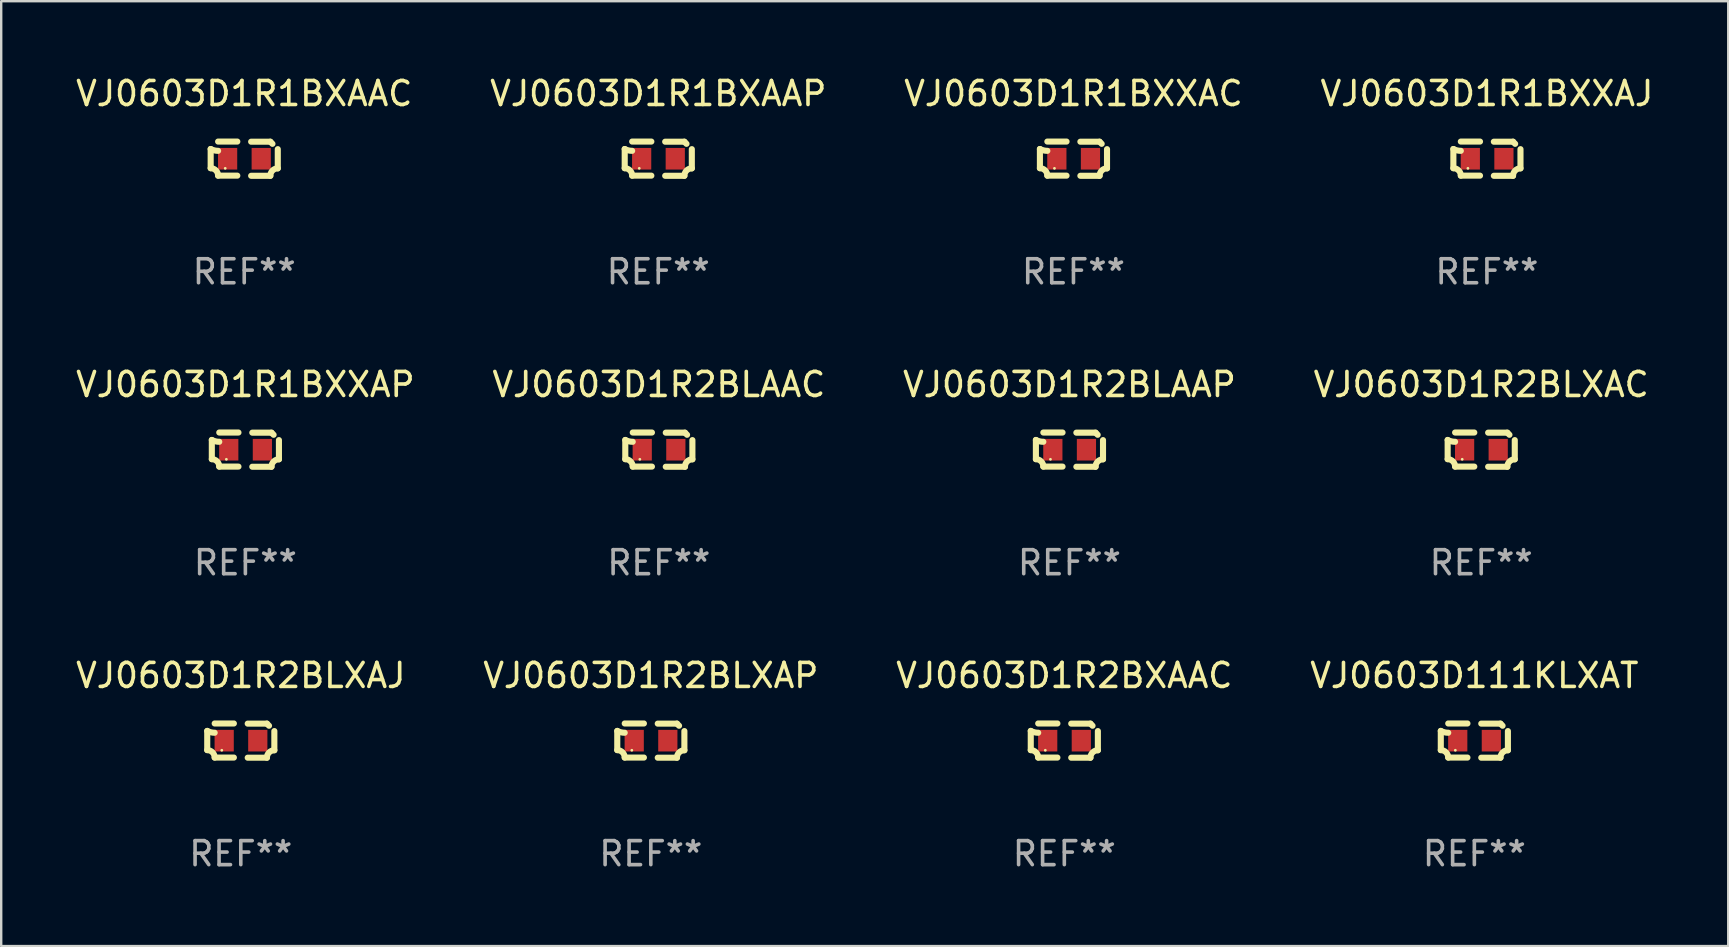
<source format=kicad_pcb>
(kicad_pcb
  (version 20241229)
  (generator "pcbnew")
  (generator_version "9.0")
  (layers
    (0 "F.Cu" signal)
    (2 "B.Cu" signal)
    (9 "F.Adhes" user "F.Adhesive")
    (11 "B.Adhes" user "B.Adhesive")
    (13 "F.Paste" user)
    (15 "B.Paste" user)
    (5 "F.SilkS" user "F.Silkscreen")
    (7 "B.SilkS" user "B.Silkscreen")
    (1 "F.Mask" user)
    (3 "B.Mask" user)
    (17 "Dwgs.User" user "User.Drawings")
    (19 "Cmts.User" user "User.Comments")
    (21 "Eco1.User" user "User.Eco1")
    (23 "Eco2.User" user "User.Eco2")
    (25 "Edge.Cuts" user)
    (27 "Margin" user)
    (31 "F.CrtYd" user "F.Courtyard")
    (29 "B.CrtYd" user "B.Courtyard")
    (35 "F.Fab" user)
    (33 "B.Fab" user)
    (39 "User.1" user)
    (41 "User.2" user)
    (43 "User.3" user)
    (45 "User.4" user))
  (footprint "VJ0603D1R2BLXAJ"
    (layer "F.Cu")
    (at 6.982 27.805)
    (property "Reference" "VJ0603D1R2BLXAJ" (at 0 -2.713 0) (layer "F.SilkS") (effects (font (size 1 1) (thickness 0.15))))
    (attr through_hole)
    (fp_line (start -1.398 -0.403) (end -1.398 0.397) (stroke (width 0.254) (type solid)) (layer "F.SilkS"))
    (fp_line (start -0.288 -0.713) (end -1.088 -0.713) (stroke (width 0.254) (type solid)) (layer "F.SilkS"))
    (fp_line (start -0.288 0.707) (end -1.088 0.707) (stroke (width 0.254) (type solid)) (layer "F.SilkS"))
    (fp_line (start 0.288 -0.707) (end 1.088 -0.707) (stroke (width 0.254) (type solid)) (layer "F.SilkS"))
    (fp_line (start 0.288 0.713) (end 1.088 0.713) (stroke (width 0.254) (type solid)) (layer "F.SilkS"))
    (fp_line (start 1.398 -0.397) (end 1.398 0.403) (stroke (width 0.254) (type solid)) (layer "F.SilkS"))
    (fp_arc (start -1.397789 0.397066) (mid -1.178701 0.487826) (end -1.08796 0.706922) (stroke (width 0.254001) (type solid)) (layer "F.SilkS"))
    (fp_arc (start -1.08796 -0.327176) (mid -1.247436 -0.346384) (end -1.39779 -0.402908) (stroke (width 0.254001) (type solid)) (layer "F.SilkS"))
    (fp_arc (start 1.087909 0.712738) (mid 1.178656 0.493655) (end 1.397739 0.402908) (stroke (width 0.254001) (type solid)) (layer "F.SilkS"))
    (fp_arc (start 1.175925 -0.618926) (mid 1.131917 -0.662923) (end 1.08791 -0.706922) (stroke (width 0.254001) (type solid)) (layer "F.SilkS"))
    (fp_circle (center -0.792 0.403) (end -0.762 0.403) (stroke (width 0.06) (type solid)) (fill no) (layer "F.SilkS"))
    (fp_text user "REF**" (at 0 4.713 0) (layer "F.Fab") (effects (font (size 1 1) (thickness 0.15))))
    (pad "1" smd rect (at -0.692 0.003) (size 0.8 0.9) (layers "F.Cu" "F.Mask" "F.Paste"))
    (pad "2" smd rect (at 0.708 0.003) (size 0.8 0.9) (layers "F.Cu" "F.Mask" "F.Paste")))
  (footprint "VJ0603D1R1BXXAP"
    (layer "F.Cu")
    (at 7.173 15.683)
    (property "Reference" "VJ0603D1R1BXXAP" (at 0 -2.713 0) (layer "F.SilkS") (effects (font (size 1 1) (thickness 0.15))))
    (attr through_hole)
    (fp_line (start -1.398 -0.403) (end -1.398 0.397) (stroke (width 0.254) (type solid)) (layer "F.SilkS"))
    (fp_line (start -0.288 -0.713) (end -1.088 -0.713) (stroke (width 0.254) (type solid)) (layer "F.SilkS"))
    (fp_line (start -0.288 0.707) (end -1.088 0.707) (stroke (width 0.254) (type solid)) (layer "F.SilkS"))
    (fp_line (start 0.288 -0.707) (end 1.088 -0.707) (stroke (width 0.254) (type solid)) (layer "F.SilkS"))
    (fp_line (start 0.288 0.713) (end 1.088 0.713) (stroke (width 0.254) (type solid)) (layer "F.SilkS"))
    (fp_line (start 1.398 -0.397) (end 1.398 0.403) (stroke (width 0.254) (type solid)) (layer "F.SilkS"))
    (fp_arc (start -1.397789 0.397066) (mid -1.178701 0.487826) (end -1.08796 0.706922) (stroke (width 0.254001) (type solid)) (layer "F.SilkS"))
    (fp_arc (start -1.08796 -0.327176) (mid -1.247436 -0.346384) (end -1.39779 -0.402908) (stroke (width 0.254001) (type solid)) (layer "F.SilkS"))
    (fp_arc (start 1.087909 0.712738) (mid 1.178656 0.493655) (end 1.397739 0.402908) (stroke (width 0.254001) (type solid)) (layer "F.SilkS"))
    (fp_arc (start 1.175925 -0.618926) (mid 1.131917 -0.662923) (end 1.08791 -0.706922) (stroke (width 0.254001) (type solid)) (layer "F.SilkS"))
    (fp_circle (center -0.792 0.403) (end -0.762 0.403) (stroke (width 0.06) (type solid)) (fill no) (layer "F.SilkS"))
    (fp_text user "REF**" (at 0 4.713 0) (layer "F.Fab") (effects (font (size 1 1) (thickness 0.15))))
    (pad "1" smd rect (at -0.692 0.003) (size 0.8 0.9) (layers "F.Cu" "F.Mask" "F.Paste"))
    (pad "2" smd rect (at 0.708 0.003) (size 0.8 0.9) (layers "F.Cu" "F.Mask" "F.Paste")))
  (footprint "VJ0603D1R1BXAAP"
    (layer "F.Cu")
    (at 24.375 3.561)
    (property "Reference" "VJ0603D1R1BXAAP" (at 0 -2.713 0) (layer "F.SilkS") (effects (font (size 1 1) (thickness 0.15))))
    (attr through_hole)
    (fp_line (start -1.398 -0.403) (end -1.398 0.397) (stroke (width 0.254) (type solid)) (layer "F.SilkS"))
    (fp_line (start -0.288 -0.713) (end -1.088 -0.713) (stroke (width 0.254) (type solid)) (layer "F.SilkS"))
    (fp_line (start -0.288 0.707) (end -1.088 0.707) (stroke (width 0.254) (type solid)) (layer "F.SilkS"))
    (fp_line (start 0.288 -0.707) (end 1.088 -0.707) (stroke (width 0.254) (type solid)) (layer "F.SilkS"))
    (fp_line (start 0.288 0.713) (end 1.088 0.713) (stroke (width 0.254) (type solid)) (layer "F.SilkS"))
    (fp_line (start 1.398 -0.397) (end 1.398 0.403) (stroke (width 0.254) (type solid)) (layer "F.SilkS"))
    (fp_arc (start -1.397789 0.397066) (mid -1.178701 0.487826) (end -1.08796 0.706922) (stroke (width 0.254001) (type solid)) (layer "F.SilkS"))
    (fp_arc (start -1.08796 -0.327176) (mid -1.247436 -0.346384) (end -1.39779 -0.402908) (stroke (width 0.254001) (type solid)) (layer "F.SilkS"))
    (fp_arc (start 1.087909 0.712738) (mid 1.178656 0.493655) (end 1.397739 0.402908) (stroke (width 0.254001) (type solid)) (layer "F.SilkS"))
    (fp_arc (start 1.175925 -0.618926) (mid 1.131917 -0.662923) (end 1.08791 -0.706922) (stroke (width 0.254001) (type solid)) (layer "F.SilkS"))
    (fp_circle (center -0.792 0.403) (end -0.762 0.403) (stroke (width 0.06) (type solid)) (fill no) (layer "F.SilkS"))
    (fp_text user "REF**" (at 0 4.713 0) (layer "F.Fab") (effects (font (size 1 1) (thickness 0.15))))
    (pad "1" smd rect (at -0.692 0.003) (size 0.8 0.9) (layers "F.Cu" "F.Mask" "F.Paste"))
    (pad "2" smd rect (at 0.708 0.003) (size 0.8 0.9) (layers "F.Cu" "F.Mask" "F.Paste")))
  (footprint "VJ0603D1R2BXAAC"
    (layer "F.Cu")
    (at 41.292 27.805)
    (property "Reference" "VJ0603D1R2BXAAC" (at 0 -2.713 0) (layer "F.SilkS") (effects (font (size 1 1) (thickness 0.15))))
    (attr through_hole)
    (fp_line (start -1.398 -0.403) (end -1.398 0.397) (stroke (width 0.254) (type solid)) (layer "F.SilkS"))
    (fp_line (start -0.288 -0.713) (end -1.088 -0.713) (stroke (width 0.254) (type solid)) (layer "F.SilkS"))
    (fp_line (start -0.288 0.707) (end -1.088 0.707) (stroke (width 0.254) (type solid)) (layer "F.SilkS"))
    (fp_line (start 0.288 -0.707) (end 1.088 -0.707) (stroke (width 0.254) (type solid)) (layer "F.SilkS"))
    (fp_line (start 0.288 0.713) (end 1.088 0.713) (stroke (width 0.254) (type solid)) (layer "F.SilkS"))
    (fp_line (start 1.398 -0.397) (end 1.398 0.403) (stroke (width 0.254) (type solid)) (layer "F.SilkS"))
    (fp_arc (start -1.397789 0.397066) (mid -1.178701 0.487826) (end -1.08796 0.706922) (stroke (width 0.254001) (type solid)) (layer "F.SilkS"))
    (fp_arc (start -1.08796 -0.327176) (mid -1.247436 -0.346384) (end -1.39779 -0.402908) (stroke (width 0.254001) (type solid)) (layer "F.SilkS"))
    (fp_arc (start 1.087909 0.712738) (mid 1.178656 0.493655) (end 1.397739 0.402908) (stroke (width 0.254001) (type solid)) (layer "F.SilkS"))
    (fp_arc (start 1.175925 -0.618926) (mid 1.131917 -0.662923) (end 1.08791 -0.706922) (stroke (width 0.254001) (type solid)) (layer "F.SilkS"))
    (fp_circle (center -0.792 0.403) (end -0.762 0.403) (stroke (width 0.06) (type solid)) (fill no) (layer "F.SilkS"))
    (fp_text user "REF**" (at 0 4.713 0) (layer "F.Fab") (effects (font (size 1 1) (thickness 0.15))))
    (pad "1" smd rect (at -0.692 0.003) (size 0.8 0.9) (layers "F.Cu" "F.Mask" "F.Paste"))
    (pad "2" smd rect (at 0.708 0.003) (size 0.8 0.9) (layers "F.Cu" "F.Mask" "F.Paste")))
  (footprint "VJ0603D1R1BXAAC"
    (layer "F.Cu")
    (at 7.125 3.561)
    (property "Reference" "VJ0603D1R1BXAAC" (at 0 -2.713 0) (layer "F.SilkS") (effects (font (size 1 1) (thickness 0.15))))
    (attr through_hole)
    (fp_line (start -1.398 -0.403) (end -1.398 0.397) (stroke (width 0.254) (type solid)) (layer "F.SilkS"))
    (fp_line (start -0.288 -0.713) (end -1.088 -0.713) (stroke (width 0.254) (type solid)) (layer "F.SilkS"))
    (fp_line (start -0.288 0.707) (end -1.088 0.707) (stroke (width 0.254) (type solid)) (layer "F.SilkS"))
    (fp_line (start 0.288 -0.707) (end 1.088 -0.707) (stroke (width 0.254) (type solid)) (layer "F.SilkS"))
    (fp_line (start 0.288 0.713) (end 1.088 0.713) (stroke (width 0.254) (type solid)) (layer "F.SilkS"))
    (fp_line (start 1.398 -0.397) (end 1.398 0.403) (stroke (width 0.254) (type solid)) (layer "F.SilkS"))
    (fp_arc (start -1.397789 0.397066) (mid -1.178701 0.487826) (end -1.08796 0.706922) (stroke (width 0.254001) (type solid)) (layer "F.SilkS"))
    (fp_arc (start -1.08796 -0.327176) (mid -1.247436 -0.346384) (end -1.39779 -0.402908) (stroke (width 0.254001) (type solid)) (layer "F.SilkS"))
    (fp_arc (start 1.087909 0.712738) (mid 1.178656 0.493655) (end 1.397739 0.402908) (stroke (width 0.254001) (type solid)) (layer "F.SilkS"))
    (fp_arc (start 1.175925 -0.618926) (mid 1.131917 -0.662923) (end 1.08791 -0.706922) (stroke (width 0.254001) (type solid)) (layer "F.SilkS"))
    (fp_circle (center -0.792 0.403) (end -0.762 0.403) (stroke (width 0.06) (type solid)) (fill no) (layer "F.SilkS"))
    (fp_text user "REF**" (at 0 4.713 0) (layer "F.Fab") (effects (font (size 1 1) (thickness 0.15))))
    (pad "1" smd rect (at -0.692 0.003) (size 0.8 0.9) (layers "F.Cu" "F.Mask" "F.Paste"))
    (pad "2" smd rect (at 0.708 0.003) (size 0.8 0.9) (layers "F.Cu" "F.Mask" "F.Paste")))
  (footprint "VJ0603D1R2BLAAP"
    (layer "F.Cu")
    (at 41.506 15.683)
    (property "Reference" "VJ0603D1R2BLAAP" (at 0 -2.713 0) (layer "F.SilkS") (effects (font (size 1 1) (thickness 0.15))))
    (attr through_hole)
    (fp_line (start -1.398 -0.403) (end -1.398 0.397) (stroke (width 0.254) (type solid)) (layer "F.SilkS"))
    (fp_line (start -0.288 -0.713) (end -1.088 -0.713) (stroke (width 0.254) (type solid)) (layer "F.SilkS"))
    (fp_line (start -0.288 0.707) (end -1.088 0.707) (stroke (width 0.254) (type solid)) (layer "F.SilkS"))
    (fp_line (start 0.288 -0.707) (end 1.088 -0.707) (stroke (width 0.254) (type solid)) (layer "F.SilkS"))
    (fp_line (start 0.288 0.713) (end 1.088 0.713) (stroke (width 0.254) (type solid)) (layer "F.SilkS"))
    (fp_line (start 1.398 -0.397) (end 1.398 0.403) (stroke (width 0.254) (type solid)) (layer "F.SilkS"))
    (fp_arc (start -1.397789 0.397066) (mid -1.178701 0.487826) (end -1.08796 0.706922) (stroke (width 0.254001) (type solid)) (layer "F.SilkS"))
    (fp_arc (start -1.08796 -0.327176) (mid -1.247436 -0.346384) (end -1.39779 -0.402908) (stroke (width 0.254001) (type solid)) (layer "F.SilkS"))
    (fp_arc (start 1.087909 0.712738) (mid 1.178656 0.493655) (end 1.397739 0.402908) (stroke (width 0.254001) (type solid)) (layer "F.SilkS"))
    (fp_arc (start 1.175925 -0.618926) (mid 1.131917 -0.662923) (end 1.08791 -0.706922) (stroke (width 0.254001) (type solid)) (layer "F.SilkS"))
    (fp_circle (center -0.792 0.403) (end -0.762 0.403) (stroke (width 0.06) (type solid)) (fill no) (layer "F.SilkS"))
    (fp_text user "REF**" (at 0 4.713 0) (layer "F.Fab") (effects (font (size 1 1) (thickness 0.15))))
    (pad "1" smd rect (at -0.692 0.003) (size 0.8 0.9) (layers "F.Cu" "F.Mask" "F.Paste"))
    (pad "2" smd rect (at 0.708 0.003) (size 0.8 0.9) (layers "F.Cu" "F.Mask" "F.Paste")))
  (footprint "VJ0603D1R1BXXAC"
    (layer "F.Cu")
    (at 41.673 3.561)
    (property "Reference" "VJ0603D1R1BXXAC" (at 0 -2.713 0) (layer "F.SilkS") (effects (font (size 1 1) (thickness 0.15))))
    (attr through_hole)
    (fp_line (start -1.398 -0.403) (end -1.398 0.397) (stroke (width 0.254) (type solid)) (layer "F.SilkS"))
    (fp_line (start -0.288 -0.713) (end -1.088 -0.713) (stroke (width 0.254) (type solid)) (layer "F.SilkS"))
    (fp_line (start -0.288 0.707) (end -1.088 0.707) (stroke (width 0.254) (type solid)) (layer "F.SilkS"))
    (fp_line (start 0.288 -0.707) (end 1.088 -0.707) (stroke (width 0.254) (type solid)) (layer "F.SilkS"))
    (fp_line (start 0.288 0.713) (end 1.088 0.713) (stroke (width 0.254) (type solid)) (layer "F.SilkS"))
    (fp_line (start 1.398 -0.397) (end 1.398 0.403) (stroke (width 0.254) (type solid)) (layer "F.SilkS"))
    (fp_arc (start -1.397789 0.397066) (mid -1.178701 0.487826) (end -1.08796 0.706922) (stroke (width 0.254001) (type solid)) (layer "F.SilkS"))
    (fp_arc (start -1.08796 -0.327176) (mid -1.247436 -0.346384) (end -1.39779 -0.402908) (stroke (width 0.254001) (type solid)) (layer "F.SilkS"))
    (fp_arc (start 1.087909 0.712738) (mid 1.178656 0.493655) (end 1.397739 0.402908) (stroke (width 0.254001) (type solid)) (layer "F.SilkS"))
    (fp_arc (start 1.175925 -0.618926) (mid 1.131917 -0.662923) (end 1.08791 -0.706922) (stroke (width 0.254001) (type solid)) (layer "F.SilkS"))
    (fp_circle (center -0.792 0.403) (end -0.762 0.403) (stroke (width 0.06) (type solid)) (fill no) (layer "F.SilkS"))
    (fp_text user "REF**" (at 0 4.713 0) (layer "F.Fab") (effects (font (size 1 1) (thickness 0.15))))
    (pad "1" smd rect (at -0.692 0.003) (size 0.8 0.9) (layers "F.Cu" "F.Mask" "F.Paste"))
    (pad "2" smd rect (at 0.708 0.003) (size 0.8 0.9) (layers "F.Cu" "F.Mask" "F.Paste")))
  (footprint "VJ0603D1R2BLAAC"
    (layer "F.Cu")
    (at 24.399 15.683)
    (property "Reference" "VJ0603D1R2BLAAC" (at 0 -2.713 0) (layer "F.SilkS") (effects (font (size 1 1) (thickness 0.15))))
    (attr through_hole)
    (fp_line (start -1.398 -0.403) (end -1.398 0.397) (stroke (width 0.254) (type solid)) (layer "F.SilkS"))
    (fp_line (start -0.288 -0.713) (end -1.088 -0.713) (stroke (width 0.254) (type solid)) (layer "F.SilkS"))
    (fp_line (start -0.288 0.707) (end -1.088 0.707) (stroke (width 0.254) (type solid)) (layer "F.SilkS"))
    (fp_line (start 0.288 -0.707) (end 1.088 -0.707) (stroke (width 0.254) (type solid)) (layer "F.SilkS"))
    (fp_line (start 0.288 0.713) (end 1.088 0.713) (stroke (width 0.254) (type solid)) (layer "F.SilkS"))
    (fp_line (start 1.398 -0.397) (end 1.398 0.403) (stroke (width 0.254) (type solid)) (layer "F.SilkS"))
    (fp_arc (start -1.397789 0.397066) (mid -1.178701 0.487826) (end -1.08796 0.706922) (stroke (width 0.254001) (type solid)) (layer "F.SilkS"))
    (fp_arc (start -1.08796 -0.327176) (mid -1.247436 -0.346384) (end -1.39779 -0.402908) (stroke (width 0.254001) (type solid)) (layer "F.SilkS"))
    (fp_arc (start 1.087909 0.712738) (mid 1.178656 0.493655) (end 1.397739 0.402908) (stroke (width 0.254001) (type solid)) (layer "F.SilkS"))
    (fp_arc (start 1.175925 -0.618926) (mid 1.131917 -0.662923) (end 1.08791 -0.706922) (stroke (width 0.254001) (type solid)) (layer "F.SilkS"))
    (fp_circle (center -0.792 0.403) (end -0.762 0.403) (stroke (width 0.06) (type solid)) (fill no) (layer "F.SilkS"))
    (fp_text user "REF**" (at 0 4.713 0) (layer "F.Fab") (effects (font (size 1 1) (thickness 0.15))))
    (pad "1" smd rect (at -0.692 0.003) (size 0.8 0.9) (layers "F.Cu" "F.Mask" "F.Paste"))
    (pad "2" smd rect (at 0.708 0.003) (size 0.8 0.9) (layers "F.Cu" "F.Mask" "F.Paste")))
  (footprint "VJ0603D1R2BLXAP"
    (layer "F.Cu")
    (at 24.065 27.805)
    (property "Reference" "VJ0603D1R2BLXAP" (at 0 -2.713 0) (layer "F.SilkS") (effects (font (size 1 1) (thickness 0.15))))
    (attr through_hole)
    (fp_line (start -1.398 -0.403) (end -1.398 0.397) (stroke (width 0.254) (type solid)) (layer "F.SilkS"))
    (fp_line (start -0.288 -0.713) (end -1.088 -0.713) (stroke (width 0.254) (type solid)) (layer "F.SilkS"))
    (fp_line (start -0.288 0.707) (end -1.088 0.707) (stroke (width 0.254) (type solid)) (layer "F.SilkS"))
    (fp_line (start 0.288 -0.707) (end 1.088 -0.707) (stroke (width 0.254) (type solid)) (layer "F.SilkS"))
    (fp_line (start 0.288 0.713) (end 1.088 0.713) (stroke (width 0.254) (type solid)) (layer "F.SilkS"))
    (fp_line (start 1.398 -0.397) (end 1.398 0.403) (stroke (width 0.254) (type solid)) (layer "F.SilkS"))
    (fp_arc (start -1.397789 0.397066) (mid -1.178701 0.487826) (end -1.08796 0.706922) (stroke (width 0.254001) (type solid)) (layer "F.SilkS"))
    (fp_arc (start -1.08796 -0.327176) (mid -1.247436 -0.346384) (end -1.39779 -0.402908) (stroke (width 0.254001) (type solid)) (layer "F.SilkS"))
    (fp_arc (start 1.087909 0.712738) (mid 1.178656 0.493655) (end 1.397739 0.402908) (stroke (width 0.254001) (type solid)) (layer "F.SilkS"))
    (fp_arc (start 1.175925 -0.618926) (mid 1.131917 -0.662923) (end 1.08791 -0.706922) (stroke (width 0.254001) (type solid)) (layer "F.SilkS"))
    (fp_circle (center -0.792 0.403) (end -0.762 0.403) (stroke (width 0.06) (type solid)) (fill no) (layer "F.SilkS"))
    (fp_text user "REF**" (at 0 4.713 0) (layer "F.Fab") (effects (font (size 1 1) (thickness 0.15))))
    (pad "1" smd rect (at -0.692 0.003) (size 0.8 0.9) (layers "F.Cu" "F.Mask" "F.Paste"))
    (pad "2" smd rect (at 0.708 0.003) (size 0.8 0.9) (layers "F.Cu" "F.Mask" "F.Paste")))
  (footprint "VJ0603D1R2BLXAC"
    (layer "F.Cu")
    (at 58.661 15.683)
    (property "Reference" "VJ0603D1R2BLXAC" (at 0 -2.713 0) (layer "F.SilkS") (effects (font (size 1 1) (thickness 0.15))))
    (attr through_hole)
    (fp_line (start -1.398 -0.403) (end -1.398 0.397) (stroke (width 0.254) (type solid)) (layer "F.SilkS"))
    (fp_line (start -0.288 -0.713) (end -1.088 -0.713) (stroke (width 0.254) (type solid)) (layer "F.SilkS"))
    (fp_line (start -0.288 0.707) (end -1.088 0.707) (stroke (width 0.254) (type solid)) (layer "F.SilkS"))
    (fp_line (start 0.288 -0.707) (end 1.088 -0.707) (stroke (width 0.254) (type solid)) (layer "F.SilkS"))
    (fp_line (start 0.288 0.713) (end 1.088 0.713) (stroke (width 0.254) (type solid)) (layer "F.SilkS"))
    (fp_line (start 1.398 -0.397) (end 1.398 0.403) (stroke (width 0.254) (type solid)) (layer "F.SilkS"))
    (fp_arc (start -1.397789 0.397066) (mid -1.178701 0.487826) (end -1.08796 0.706922) (stroke (width 0.254001) (type solid)) (layer "F.SilkS"))
    (fp_arc (start -1.08796 -0.327176) (mid -1.247436 -0.346384) (end -1.39779 -0.402908) (stroke (width 0.254001) (type solid)) (layer "F.SilkS"))
    (fp_arc (start 1.087909 0.712738) (mid 1.178656 0.493655) (end 1.397739 0.402908) (stroke (width 0.254001) (type solid)) (layer "F.SilkS"))
    (fp_arc (start 1.175925 -0.618926) (mid 1.131917 -0.662923) (end 1.08791 -0.706922) (stroke (width 0.254001) (type solid)) (layer "F.SilkS"))
    (fp_circle (center -0.792 0.403) (end -0.762 0.403) (stroke (width 0.06) (type solid)) (fill no) (layer "F.SilkS"))
    (fp_text user "REF**" (at 0 4.713 0) (layer "F.Fab") (effects (font (size 1 1) (thickness 0.15))))
    (pad "1" smd rect (at -0.692 0.003) (size 0.8 0.9) (layers "F.Cu" "F.Mask" "F.Paste"))
    (pad "2" smd rect (at 0.708 0.003) (size 0.8 0.9) (layers "F.Cu" "F.Mask" "F.Paste")))
  (footprint "VJ0603D111KLXAT"
    (layer "F.Cu")
    (at 58.375 27.805)
    (property "Reference" "VJ0603D111KLXAT" (at 0 -2.713 0) (layer "F.SilkS") (effects (font (size 1 1) (thickness 0.15))))
    (attr through_hole)
    (fp_line (start -1.398 -0.403) (end -1.398 0.397) (stroke (width 0.254) (type solid)) (layer "F.SilkS"))
    (fp_line (start -0.288 -0.713) (end -1.088 -0.713) (stroke (width 0.254) (type solid)) (layer "F.SilkS"))
    (fp_line (start -0.288 0.707) (end -1.088 0.707) (stroke (width 0.254) (type solid)) (layer "F.SilkS"))
    (fp_line (start 0.288 -0.707) (end 1.088 -0.707) (stroke (width 0.254) (type solid)) (layer "F.SilkS"))
    (fp_line (start 0.288 0.713) (end 1.088 0.713) (stroke (width 0.254) (type solid)) (layer "F.SilkS"))
    (fp_line (start 1.398 -0.397) (end 1.398 0.403) (stroke (width 0.254) (type solid)) (layer "F.SilkS"))
    (fp_arc (start -1.397789 0.397066) (mid -1.178701 0.487826) (end -1.08796 0.706922) (stroke (width 0.254001) (type solid)) (layer "F.SilkS"))
    (fp_arc (start -1.08796 -0.327176) (mid -1.247436 -0.346384) (end -1.39779 -0.402908) (stroke (width 0.254001) (type solid)) (layer "F.SilkS"))
    (fp_arc (start 1.087909 0.712738) (mid 1.178656 0.493655) (end 1.397739 0.402908) (stroke (width 0.254001) (type solid)) (layer "F.SilkS"))
    (fp_arc (start 1.175925 -0.618926) (mid 1.131917 -0.662923) (end 1.08791 -0.706922) (stroke (width 0.254001) (type solid)) (layer "F.SilkS"))
    (fp_circle (center -0.792 0.403) (end -0.762 0.403) (stroke (width 0.06) (type solid)) (fill no) (layer "F.SilkS"))
    (fp_text user "REF**" (at 0 4.713 0) (layer "F.Fab") (effects (font (size 1 1) (thickness 0.15))))
    (pad "1" smd rect (at -0.692 0.003) (size 0.8 0.9) (layers "F.Cu" "F.Mask" "F.Paste"))
    (pad "2" smd rect (at 0.708 0.003) (size 0.8 0.9) (layers "F.Cu" "F.Mask" "F.Paste")))
  (footprint "VJ0603D1R1BXXAJ"
    (layer "F.Cu")
    (at 58.899 3.561)
    (property "Reference" "VJ0603D1R1BXXAJ" (at 0 -2.713 0) (layer "F.SilkS") (effects (font (size 1 1) (thickness 0.15))))
    (attr through_hole)
    (fp_line (start -1.398 -0.403) (end -1.398 0.397) (stroke (width 0.254) (type solid)) (layer "F.SilkS"))
    (fp_line (start -0.288 -0.713) (end -1.088 -0.713) (stroke (width 0.254) (type solid)) (layer "F.SilkS"))
    (fp_line (start -0.288 0.707) (end -1.088 0.707) (stroke (width 0.254) (type solid)) (layer "F.SilkS"))
    (fp_line (start 0.288 -0.707) (end 1.088 -0.707) (stroke (width 0.254) (type solid)) (layer "F.SilkS"))
    (fp_line (start 0.288 0.713) (end 1.088 0.713) (stroke (width 0.254) (type solid)) (layer "F.SilkS"))
    (fp_line (start 1.398 -0.397) (end 1.398 0.403) (stroke (width 0.254) (type solid)) (layer "F.SilkS"))
    (fp_arc (start -1.397789 0.397066) (mid -1.178701 0.487826) (end -1.08796 0.706922) (stroke (width 0.254001) (type solid)) (layer "F.SilkS"))
    (fp_arc (start -1.08796 -0.327176) (mid -1.247436 -0.346384) (end -1.39779 -0.402908) (stroke (width 0.254001) (type solid)) (layer "F.SilkS"))
    (fp_arc (start 1.087909 0.712738) (mid 1.178656 0.493655) (end 1.397739 0.402908) (stroke (width 0.254001) (type solid)) (layer "F.SilkS"))
    (fp_arc (start 1.175925 -0.618926) (mid 1.131917 -0.662923) (end 1.08791 -0.706922) (stroke (width 0.254001) (type solid)) (layer "F.SilkS"))
    (fp_circle (center -0.792 0.403) (end -0.762 0.403) (stroke (width 0.06) (type solid)) (fill no) (layer "F.SilkS"))
    (fp_text user "REF**" (at 0 4.713 0) (layer "F.Fab") (effects (font (size 1 1) (thickness 0.15))))
    (pad "1" smd rect (at -0.692 0.003) (size 0.8 0.9) (layers "F.Cu" "F.Mask" "F.Paste"))
    (pad "2" smd rect (at 0.708 0.003) (size 0.8 0.9) (layers "F.Cu" "F.Mask" "F.Paste")))
  (gr_rect
    (start -3 -3)
    (end 68.952 36.366)
    (stroke (width 0.1) (type default))
    (fill no)
    (layer "Edge.Cuts")))
</source>
